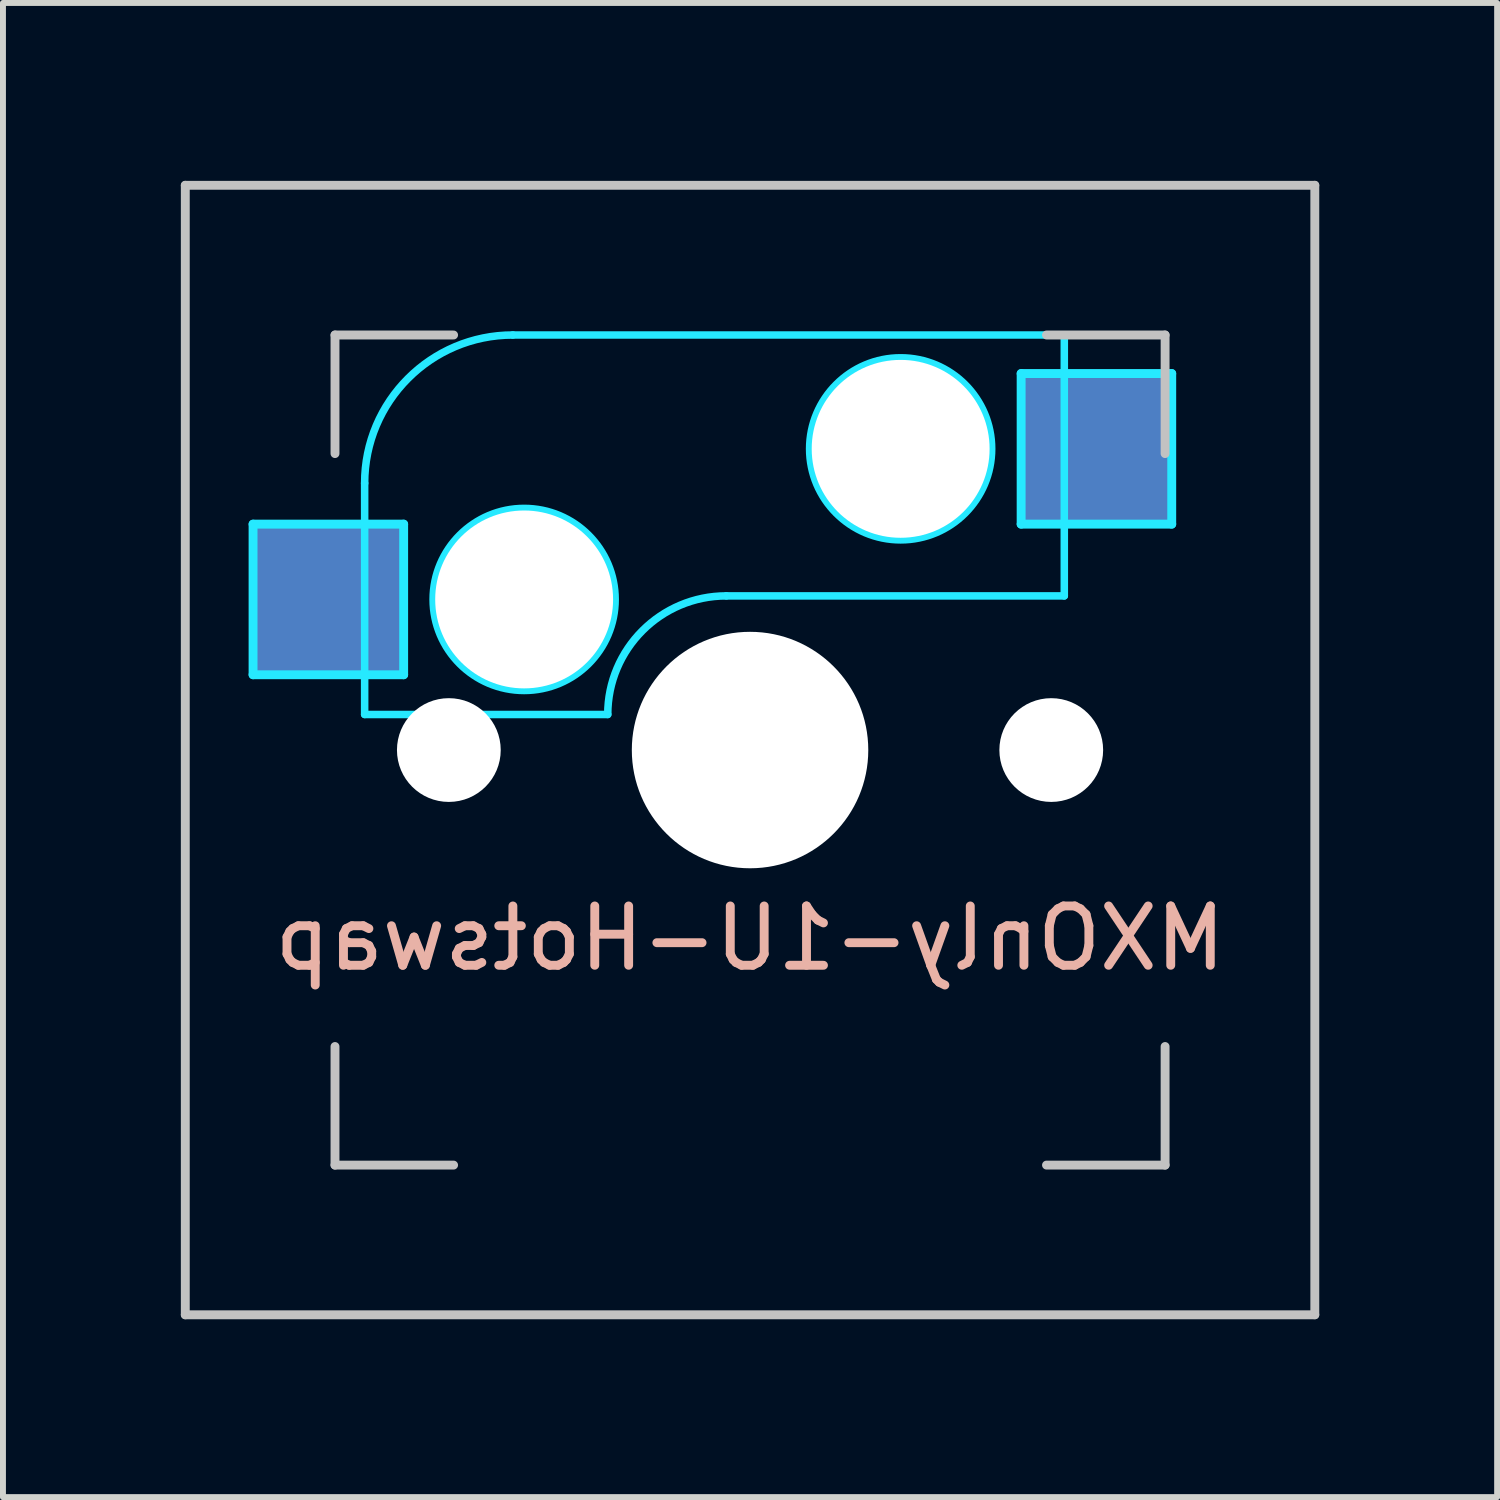
<source format=kicad_pcb>
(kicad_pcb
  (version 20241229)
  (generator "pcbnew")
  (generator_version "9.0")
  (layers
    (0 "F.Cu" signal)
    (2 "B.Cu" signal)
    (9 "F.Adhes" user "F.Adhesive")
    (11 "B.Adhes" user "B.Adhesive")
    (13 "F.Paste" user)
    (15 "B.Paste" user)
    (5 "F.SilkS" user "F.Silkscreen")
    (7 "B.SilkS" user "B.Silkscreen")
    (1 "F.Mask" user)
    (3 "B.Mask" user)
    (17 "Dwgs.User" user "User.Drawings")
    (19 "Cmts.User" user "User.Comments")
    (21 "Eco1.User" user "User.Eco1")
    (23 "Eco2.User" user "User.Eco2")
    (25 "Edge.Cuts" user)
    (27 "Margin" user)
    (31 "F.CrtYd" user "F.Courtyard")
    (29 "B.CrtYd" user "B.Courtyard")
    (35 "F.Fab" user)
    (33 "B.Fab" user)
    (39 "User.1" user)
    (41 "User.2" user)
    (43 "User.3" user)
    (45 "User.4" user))
  (footprint "MXOnly-1U-Hotswap"
    (layer "F.Cu")
    (at 9.6 9.6)
    (property "Reference" "MXOnly-1U-Hotswap" (at 0 3.175 0) (layer "B.SilkS") (effects (font (size 1 1) (thickness 0.15)) (justify mirror)))
    (attr smd)
    (fp_line (start -9.525 -9.525) (end 9.525 -9.525) (stroke (width 0.15) (type solid)) (layer "Dwgs.User"))
    (fp_line (start -9.525 9.525) (end -9.525 -9.525) (stroke (width 0.15) (type solid)) (layer "Dwgs.User"))
    (fp_line (start -7 -7) (end -7 -5) (stroke (width 0.15) (type solid)) (layer "Dwgs.User"))
    (fp_line (start -7 5) (end -7 7) (stroke (width 0.15) (type solid)) (layer "Dwgs.User"))
    (fp_line (start -7 7) (end -5 7) (stroke (width 0.15) (type solid)) (layer "Dwgs.User"))
    (fp_line (start -5 -7) (end -7 -7) (stroke (width 0.15) (type solid)) (layer "Dwgs.User"))
    (fp_line (start 5 -7) (end 7 -7) (stroke (width 0.15) (type solid)) (layer "Dwgs.User"))
    (fp_line (start 5 7) (end 7 7) (stroke (width 0.15) (type solid)) (layer "Dwgs.User"))
    (fp_line (start 7 -7) (end 7 -5) (stroke (width 0.15) (type solid)) (layer "Dwgs.User"))
    (fp_line (start 7 7) (end 7 5) (stroke (width 0.15) (type solid)) (layer "Dwgs.User"))
    (fp_line (start 9.525 -9.525) (end 9.525 9.525) (stroke (width 0.15) (type solid)) (layer "Dwgs.User"))
    (fp_line (start 9.525 9.525) (end -9.525 9.525) (stroke (width 0.15) (type solid)) (layer "Dwgs.User"))
    (fp_line (start -8.382 -3.81) (end -8.382 -1.27) (stroke (width 0.15) (type solid)) (layer "B.CrtYd"))
    (fp_line (start -8.382 -1.27) (end -5.842 -1.27) (stroke (width 0.15) (type solid)) (layer "B.CrtYd"))
    (fp_line (start -6.5 -4.5) (end -6.5 -0.6) (stroke (width 0.127) (type solid)) (layer "B.CrtYd"))
    (fp_line (start -6.5 -0.6) (end -2.4 -0.6) (stroke (width 0.127) (type solid)) (layer "B.CrtYd"))
    (fp_line (start -5.842 -3.81) (end -8.382 -3.81) (stroke (width 0.15) (type solid)) (layer "B.CrtYd"))
    (fp_line (start -5.842 -1.27) (end -5.842 -3.81) (stroke (width 0.15) (type solid)) (layer "B.CrtYd"))
    (fp_line (start -0.4 -2.6) (end 5.3 -2.6) (stroke (width 0.127) (type solid)) (layer "B.CrtYd"))
    (fp_line (start 4.572 -6.35) (end 7.112 -6.35) (stroke (width 0.15) (type solid)) (layer "B.CrtYd"))
    (fp_line (start 4.572 -3.81) (end 4.572 -6.35) (stroke (width 0.15) (type solid)) (layer "B.CrtYd"))
    (fp_line (start 5.3 -7) (end -4 -7) (stroke (width 0.127) (type solid)) (layer "B.CrtYd"))
    (fp_line (start 5.3 -7) (end 5.3 -2.6) (stroke (width 0.127) (type solid)) (layer "B.CrtYd"))
    (fp_line (start 7.112 -6.35) (end 7.112 -3.81) (stroke (width 0.15) (type solid)) (layer "B.CrtYd"))
    (fp_line (start 7.112 -3.81) (end 4.572 -3.81) (stroke (width 0.15) (type solid)) (layer "B.CrtYd"))
    (fp_arc (start -6.5 -4.5) (mid -5.767767 -6.267767) (end -4 -7) (stroke (width 0.127) (type solid)) (layer "B.CrtYd"))
    (fp_arc (start -2.4 -0.6) (mid -1.814214 -2.014214) (end -0.4 -2.6) (stroke (width 0.127) (type solid)) (layer "B.CrtYd"))
    (fp_circle (center -3.81 -2.54) (end -3.81 -4.064) (stroke (width 0.15) (type solid)) (fill no) (layer "B.CrtYd"))
    (fp_circle (center 2.54 -5.08) (end 2.54 -6.604) (stroke (width 0.15) (type solid)) (fill no) (layer "B.CrtYd"))
    (pad "" np_thru_hole circle (at -5.08 0 48.1) (size 1.75 1.75) (drill 1.75) (layers "*.Cu" "*.Mask"))
    (pad "" np_thru_hole circle (at -3.81 -2.54) (size 3 3) (drill 3) (layers "*.Cu" "*.Mask"))
    (pad "" np_thru_hole circle (at 0 0) (size 3.988 3.988) (drill 3.988) (layers "*.Cu" "*.Mask"))
    (pad "" np_thru_hole circle (at 2.54 -5.08) (size 3 3) (drill 3) (layers "*.Cu" "*.Mask"))
    (pad "" np_thru_hole circle (at 5.08 0 48.1) (size 1.75 1.75) (drill 1.75) (layers "*.Cu" "*.Mask"))
    (pad "1" smd rect (at -7.085 -2.54) (size 2.55 2.5) (layers "B.Cu" "B.Mask" "B.Paste"))
    (pad "2" smd rect (at 5.842 -5.08) (size 2.55 2.5) (layers "B.Cu" "B.Mask" "B.Paste")))
  (gr_rect
    (start -3 -3)
    (end 22.2 22.2)
    (stroke (width 0.1) (type default))
    (fill no)
    (layer "Edge.Cuts")))
</source>
